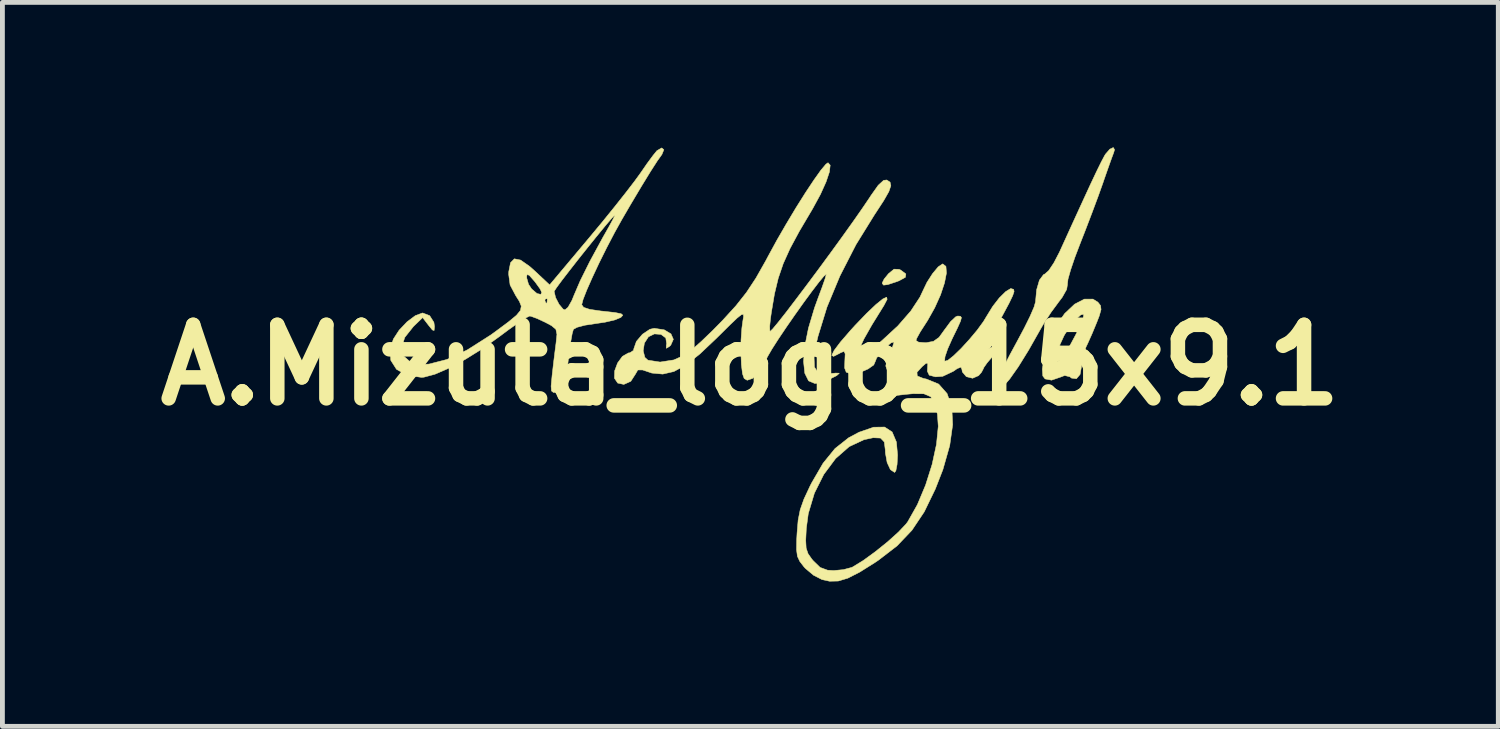
<source format=kicad_pcb>
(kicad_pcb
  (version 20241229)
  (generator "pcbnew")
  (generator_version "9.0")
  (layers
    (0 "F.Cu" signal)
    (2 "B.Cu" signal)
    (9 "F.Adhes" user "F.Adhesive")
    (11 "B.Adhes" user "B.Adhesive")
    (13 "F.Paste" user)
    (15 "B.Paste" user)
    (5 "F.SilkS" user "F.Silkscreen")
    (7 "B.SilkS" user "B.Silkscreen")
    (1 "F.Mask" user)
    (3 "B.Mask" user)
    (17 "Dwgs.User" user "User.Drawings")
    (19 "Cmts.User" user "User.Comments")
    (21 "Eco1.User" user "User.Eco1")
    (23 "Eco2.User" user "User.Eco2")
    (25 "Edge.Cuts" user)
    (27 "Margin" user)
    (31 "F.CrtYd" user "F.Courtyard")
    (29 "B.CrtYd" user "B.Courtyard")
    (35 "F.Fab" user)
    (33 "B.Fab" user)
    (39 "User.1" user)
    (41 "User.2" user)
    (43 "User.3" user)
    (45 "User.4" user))
  (footprint "A.Mizuta_logo_15x9.1"
    (layer "F.Cu")
    (at 12.49 4.511)
    (property "Reference" "A.Mizuta_logo_15x9.1" (at 0 0 0) (layer "F.SilkS") (effects (font (size 1.524 1.524) (thickness 0.3))))
    (attr through_hole)
    (fp_poly (pts (xy 3.08 -1.983) (xy 3.115 -1.967) (xy 3.22 -1.888) (xy 3.21 -1.818) (xy 3.078 -1.746) (xy 3.028 -1.727) (xy 2.849 -1.668) (xy 2.759 -1.656) (xy 2.731 -1.69) (xy 2.731 -1.703) (xy 2.77 -1.782) (xy 2.861 -1.894) (xy 2.975 -1.987) (xy 3.08 -1.983)) (stroke (width 0.01) (type solid)) (fill yes) (layer "F.SilkS"))
    (fp_poly (pts (xy 7.196 -1.304) (xy 7.251 -1.234) (xy 7.262 -1.151) (xy 7.225 -1.018) (xy 7.172 -0.881) (xy 7.08 -0.659) (xy 6.989 -0.455) (xy 6.952 -0.378) (xy 6.884 -0.181) (xy 6.858 0.022) (xy 6.828 0.193) (xy 6.752 0.282) (xy 6.65 0.269) (xy 6.619 0.243) (xy 6.51 0.215) (xy 6.424 0.248) (xy 6.237 0.312) (xy 6.103 0.286) (xy 6.056 0.225) (xy 6.046 0.082) (xy 6.075 -0.108) (xy 6.33 -0.108) (xy 6.363 -0.076) (xy 6.44 -0.138) (xy 6.515 -0.238) (xy 6.629 -0.426) (xy 6.74 -0.633) (xy 6.833 -0.828) (xy 6.893 -0.979) (xy 6.904 -1.054) (xy 6.903 -1.055) (xy 6.841 -1.039) (xy 6.738 -0.945) (xy 6.619 -0.801) (xy 6.513 -0.638) (xy 6.495 -0.607) (xy 6.395 -0.389) (xy 6.34 -0.217) (xy 6.33 -0.108) (xy 6.075 -0.108) (xy 6.079 -0.134) (xy 6.145 -0.385) (xy 6.234 -0.628) (xy 6.315 -0.792) (xy 6.51 -1.069) (xy 6.716 -1.263) (xy 6.916 -1.366) (xy 7.094 -1.367) (xy 7.196 -1.304)) (stroke (width 0.01) (type solid)) (fill yes) (layer "F.SilkS"))
    (fp_poly (pts (xy 7.542 -4.461) (xy 7.523 -4.397) (xy 7.482 -4.288) (xy 7.413 -4.094) (xy 7.328 -3.852) (xy 7.302 -3.775) (xy 7.205 -3.503) (xy 7.078 -3.162) (xy 6.939 -2.798) (xy 6.829 -2.517) (xy 6.718 -2.226) (xy 6.632 -1.972) (xy 6.578 -1.781) (xy 6.566 -1.678) (xy 6.567 -1.674) (xy 6.55 -1.567) (xy 6.458 -1.404) (xy 6.388 -1.312) (xy 6.226 -1.092) (xy 6.062 -0.838) (xy 6 -0.73) (xy 5.762 -0.31) (xy 5.549 0.034) (xy 5.368 0.291) (xy 5.227 0.452) (xy 5.131 0.508) (xy 5.095 0.456) (xy 5.106 0.349) (xy 5.152 0.233) (xy 5.247 0.034) (xy 5.377 -0.219) (xy 5.525 -0.492) (xy 5.672 -0.768) (xy 5.793 -1.013) (xy 5.875 -1.203) (xy 5.905 -1.309) (xy 5.905 -1.31) (xy 5.928 -1.561) (xy 5.986 -1.76) (xy 6.071 -1.874) (xy 6.099 -1.887) (xy 6.179 -1.958) (xy 6.286 -2.119) (xy 6.402 -2.342) (xy 6.415 -2.371) (xy 6.671 -2.933) (xy 6.879 -3.387) (xy 7.044 -3.745) (xy 7.171 -4.014) (xy 7.265 -4.205) (xy 7.329 -4.326) (xy 7.352 -4.366) (xy 7.444 -4.472) (xy 7.516 -4.506) (xy 7.542 -4.461)) (stroke (width 0.01) (type solid)) (fill yes) (layer "F.SilkS"))
    (fp_poly (pts (xy 1.653 -4.14) (xy 1.637 -4.001) (xy 1.567 -3.793) (xy 1.45 -3.534) (xy 1.292 -3.244) (xy 1.264 -3.196) (xy 1.012 -2.769) (xy 0.821 -2.414) (xy 0.68 -2.101) (xy 0.577 -1.799) (xy 0.499 -1.475) (xy 0.436 -1.1) (xy 0.417 -0.968) (xy 0.4 -0.804) (xy 0.403 -0.709) (xy 0.409 -0.699) (xy 0.461 -0.748) (xy 0.574 -0.884) (xy 0.739 -1.093) (xy 0.941 -1.358) (xy 1.171 -1.663) (xy 1.417 -1.993) (xy 1.666 -2.332) (xy 1.907 -2.664) (xy 2.128 -2.973) (xy 2.318 -3.245) (xy 2.465 -3.462) (xy 2.5 -3.516) (xy 2.649 -3.726) (xy 2.759 -3.826) (xy 2.824 -3.834) (xy 2.893 -3.789) (xy 2.909 -3.715) (xy 2.868 -3.594) (xy 2.763 -3.409) (xy 2.588 -3.141) (xy 2.573 -3.119) (xy 2.187 -2.495) (xy 1.854 -1.845) (xy 1.586 -1.201) (xy 1.4 -0.596) (xy 1.367 -0.454) (xy 1.319 -0.156) (xy 1.327 0.041) (xy 1.397 0.149) (xy 1.535 0.183) (xy 1.625 0.178) (xy 1.769 0.165) (xy 1.84 0.168) (xy 1.841 0.17) (xy 1.788 0.217) (xy 1.661 0.281) (xy 1.506 0.341) (xy 1.372 0.377) (xy 1.335 0.381) (xy 1.205 0.326) (xy 1.127 0.169) (xy 1.101 -0.075) (xy 1.127 -0.392) (xy 1.203 -0.767) (xy 1.329 -1.188) (xy 1.402 -1.389) (xy 1.485 -1.612) (xy 1.545 -1.783) (xy 1.571 -1.873) (xy 1.57 -1.88) (xy 1.524 -1.844) (xy 1.422 -1.722) (xy 1.279 -1.535) (xy 1.109 -1.304) (xy 0.926 -1.047) (xy 0.745 -0.786) (xy 0.581 -0.542) (xy 0.447 -0.333) (xy 0.359 -0.181) (xy 0.356 -0.174) (xy 0.192 0.111) (xy 0.052 0.273) (xy -0.066 0.314) (xy -0.128 0.278) (xy -0.163 0.18) (xy -0.186 -0.008) (xy -0.196 -0.253) (xy -0.194 -0.518) (xy -0.176 -0.768) (xy -0.156 -0.914) (xy -0.141 -1.005) (xy -0.147 -1.051) (xy -0.187 -1.044) (xy -0.274 -0.975) (xy -0.421 -0.835) (xy -0.642 -0.616) (xy -0.707 -0.552) (xy -1.048 -0.229) (xy -1.334 -0.003) (xy -1.584 0.133) (xy -1.814 0.186) (xy -2.041 0.165) (xy -2.233 0.1) (xy -2.331 0.101) (xy -2.38 0.186) (xy -2.477 0.336) (xy -2.621 0.4) (xy -2.748 0.372) (xy -2.815 0.272) (xy -2.811 0.12) (xy -2.75 -0.044) (xy -2.65 -0.181) (xy -2.526 -0.252) (xy -2.498 -0.254) (xy -2.421 -0.304) (xy -2.413 -0.341) (xy -2.361 -0.49) (xy -2.235 -0.639) (xy -2.081 -0.742) (xy -1.991 -0.762) (xy -1.783 -0.73) (xy -1.645 -0.647) (xy -1.595 -0.534) (xy -1.649 -0.412) (xy -1.678 -0.385) (xy -1.741 -0.348) (xy -1.741 -0.412) (xy -1.734 -0.44) (xy -1.752 -0.562) (xy -1.851 -0.636) (xy -1.988 -0.646) (xy -2.111 -0.586) (xy -2.195 -0.456) (xy -2.22 -0.296) (xy -2.185 -0.159) (xy -2.122 -0.102) (xy -1.87 -0.063) (xy -1.586 -0.107) (xy -1.348 -0.213) (xy -1.21 -0.319) (xy -1.014 -0.493) (xy -0.786 -0.712) (xy -0.572 -0.93) (xy -0.299 -1.229) (xy -0.081 -1.505) (xy 0.115 -1.802) (xy 0.32 -2.164) (xy 0.366 -2.251) (xy 0.547 -2.583) (xy 0.745 -2.926) (xy 0.946 -3.261) (xy 1.14 -3.569) (xy 1.316 -3.834) (xy 1.461 -4.038) (xy 1.565 -4.161) (xy 1.608 -4.191) (xy 1.653 -4.14)) (stroke (width 0.01) (type solid)) (fill yes) (layer "F.SilkS"))
    (fp_poly (pts (xy -1.792 -4.461) (xy -1.833 -4.36) (xy -1.839 -4.353) (xy -1.928 -4.228) (xy -2.07 -4.007) (xy -2.256 -3.703) (xy -2.477 -3.332) (xy -2.661 -3.016) (xy -2.814 -2.741) (xy -2.975 -2.433) (xy -3.132 -2.117) (xy -3.273 -1.816) (xy -3.388 -1.556) (xy -3.465 -1.359) (xy -3.493 -1.251) (xy -3.454 -1.196) (xy -3.327 -1.154) (xy -3.094 -1.12) (xy -3.032 -1.114) (xy -2.8 -1.088) (xy -2.676 -1.063) (xy -2.642 -1.033) (xy -2.679 -0.991) (xy -2.686 -0.986) (xy -2.806 -0.936) (xy -3.007 -0.889) (xy -3.208 -0.859) (xy -3.427 -0.826) (xy -3.592 -0.782) (xy -3.665 -0.741) (xy -3.691 -0.649) (xy -3.724 -0.462) (xy -3.759 -0.213) (xy -3.776 -0.064) (xy -3.809 0.217) (xy -3.838 0.395) (xy -3.873 0.495) (xy -3.922 0.543) (xy -3.993 0.561) (xy -3.994 0.561) (xy -4.078 0.567) (xy -4.119 0.535) (xy -4.127 0.437) (xy -4.109 0.244) (xy -4.106 0.212) (xy -4.075 -0.058) (xy -4.041 -0.332) (xy -4.025 -0.455) (xy -4.006 -0.637) (xy -4.028 -0.741) (xy -4.117 -0.816) (xy -4.244 -0.884) (xy -4.415 -0.964) (xy -4.543 -1.011) (xy -4.572 -1.016) (xy -4.648 -0.979) (xy -4.8 -0.88) (xy -5.005 -0.735) (xy -5.194 -0.594) (xy -5.547 -0.341) (xy -5.904 -0.119) (xy -6.24 0.062) (xy -6.533 0.189) (xy -6.76 0.25) (xy -6.811 0.254) (xy -7.112 0.21) (xy -7.328 0.088) (xy -7.447 -0.099) (xy -7.46 -0.337) (xy -7.393 -0.54) (xy -7.274 -0.723) (xy -7.11 -0.896) (xy -6.938 -1.025) (xy -6.792 -1.079) (xy -6.785 -1.079) (xy -6.642 -1.024) (xy -6.554 -0.885) (xy -6.542 -0.797) (xy -6.55 -0.716) (xy -6.586 -0.728) (xy -6.665 -0.825) (xy -6.787 -0.984) (xy -6.978 -0.8) (xy -7.158 -0.573) (xy -7.224 -0.363) (xy -7.183 -0.188) (xy -7.043 -0.066) (xy -6.81 -0.014) (xy -6.657 -0.021) (xy -6.286 -0.116) (xy -5.857 -0.318) (xy -5.375 -0.625) (xy -5.262 -0.707) (xy -5.008 -0.896) (xy -4.845 -1.031) (xy -4.761 -1.133) (xy -4.745 -1.222) (xy -4.784 -1.321) (xy -4.792 -1.333) (xy -4.255 -1.333) (xy -4.231 -1.281) (xy -4.212 -1.291) (xy -4.205 -1.367) (xy -4.212 -1.376) (xy -4.25 -1.367) (xy -4.255 -1.333) (xy -4.792 -1.333) (xy -4.858 -1.436) (xy -4.976 -1.659) (xy -4.997 -1.815) (xy -4.635 -1.815) (xy -4.594 -1.673) (xy -4.53 -1.577) (xy -4.42 -1.483) (xy -4.34 -1.464) (xy -4.32 -1.508) (xy -4.329 -1.526) (xy -4.064 -1.526) (xy -4.034 -1.398) (xy -3.962 -1.259) (xy -3.88 -1.161) (xy -3.84 -1.143) (xy -3.776 -1.198) (xy -3.697 -1.337) (xy -3.653 -1.445) (xy -3.524 -1.746) (xy -3.326 -2.145) (xy -3.061 -2.633) (xy -2.934 -2.857) (xy -2.85 -3.011) (xy -2.806 -3.101) (xy -2.806 -3.111) (xy -2.884 -3.027) (xy -3.016 -2.871) (xy -3.185 -2.665) (xy -3.376 -2.428) (xy -3.571 -2.183) (xy -3.753 -1.95) (xy -3.908 -1.749) (xy -4.016 -1.602) (xy -4.063 -1.529) (xy -4.064 -1.526) (xy -4.329 -1.526) (xy -4.359 -1.584) (xy -4.451 -1.711) (xy -4.479 -1.746) (xy -4.579 -1.859) (xy -4.625 -1.876) (xy -4.635 -1.815) (xy -4.997 -1.815) (xy -5.006 -1.881) (xy -5.004 -1.934) (xy -4.967 -2.121) (xy -4.888 -2.201) (xy -4.758 -2.175) (xy -4.569 -2.042) (xy -4.461 -1.946) (xy -4.157 -1.661) (xy -3.348 -2.625) (xy -3.077 -2.951) (xy -2.817 -3.272) (xy -2.585 -3.565) (xy -2.399 -3.807) (xy -2.281 -3.969) (xy -2.141 -4.172) (xy -2.017 -4.34) (xy -1.936 -4.44) (xy -1.934 -4.441) (xy -1.837 -4.498) (xy -1.792 -4.461)) (stroke (width 0.01) (type solid)) (fill yes) (layer "F.SilkS"))
    (fp_poly (pts (xy 4.05 -2.044) (xy 4.06 -1.905) (xy 4.02 -1.701) (xy 3.938 -1.454) (xy 3.818 -1.188) (xy 3.67 -0.924) (xy 3.628 -0.859) (xy 3.518 -0.688) (xy 3.446 -0.557) (xy 3.429 -0.509) (xy 3.485 -0.475) (xy 3.621 -0.464) (xy 3.645 -0.465) (xy 3.792 -0.492) (xy 3.907 -0.574) (xy 4.029 -0.743) (xy 4.032 -0.746) (xy 4.147 -0.902) (xy 4.251 -0.999) (xy 4.292 -1.016) (xy 4.349 -1.012) (xy 4.371 -0.985) (xy 4.353 -0.913) (xy 4.29 -0.772) (xy 4.178 -0.543) (xy 4.086 -0.336) (xy 4.03 -0.172) (xy 4.023 -0.085) (xy 4.026 -0.081) (xy 4.09 -0.099) (xy 4.21 -0.195) (xy 4.366 -0.346) (xy 4.534 -0.53) (xy 4.696 -0.723) (xy 4.828 -0.904) (xy 4.888 -1.004) (xy 5.018 -1.215) (xy 5.156 -1.393) (xy 5.287 -1.522) (xy 5.392 -1.586) (xy 5.452 -1.568) (xy 5.461 -1.523) (xy 5.432 -1.437) (xy 5.356 -1.279) (xy 5.274 -1.126) (xy 5.15 -0.895) (xy 5.036 -0.666) (xy 4.986 -0.552) (xy 4.925 -0.401) (xy 4.919 -0.344) (xy 4.971 -0.357) (xy 5.02 -0.383) (xy 5.145 -0.433) (xy 5.177 -0.402) (xy 5.115 -0.296) (xy 5.02 -0.184) (xy 4.903 -0.047) (xy 4.834 0.051) (xy 4.826 0.073) (xy 4.786 0.149) (xy 4.726 0.218) (xy 4.602 0.272) (xy 4.472 0.239) (xy 4.389 0.141) (xy 4.381 0.091) (xy 4.361 0.042) (xy 4.284 0.072) (xy 4.2 0.13) (xy 3.984 0.232) (xy 3.835 0.243) (xy 3.704 0.209) (xy 3.665 0.127) (xy 3.668 0.068) (xy 3.674 -0.037) (xy 3.638 -0.038) (xy 3.557 0.031) (xy 3.45 0.149) (xy 3.456 0.225) (xy 3.58 0.275) (xy 3.646 0.289) (xy 3.899 0.393) (xy 4.074 0.59) (xy 4.171 0.874) (xy 4.189 1.235) (xy 4.128 1.667) (xy 3.987 2.163) (xy 3.83 2.566) (xy 3.6 3.04) (xy 3.345 3.421) (xy 3.037 3.744) (xy 2.648 4.043) (xy 2.575 4.092) (xy 2.261 4.289) (xy 2.017 4.413) (xy 1.819 4.472) (xy 1.639 4.476) (xy 1.482 4.441) (xy 1.308 4.352) (xy 1.137 4.208) (xy 1.109 4.177) (xy 1.023 4.065) (xy 0.974 3.96) (xy 0.956 3.823) (xy 0.959 3.616) (xy 0.967 3.476) (xy 0.989 3.211) (xy 1.032 2.994) (xy 1.109 2.776) (xy 1.234 2.508) (xy 1.268 2.441) (xy 1.505 2.033) (xy 1.753 1.728) (xy 2.036 1.504) (xy 2.25 1.39) (xy 2.552 1.286) (xy 2.78 1.283) (xy 2.936 1.385) (xy 3.024 1.593) (xy 3.048 1.862) (xy 3.038 2.057) (xy 3.013 2.188) (xy 2.987 2.223) (xy 2.9 2.165) (xy 2.832 2.018) (xy 2.796 1.818) (xy 2.794 1.757) (xy 2.773 1.592) (xy 2.696 1.511) (xy 2.543 1.504) (xy 2.352 1.545) (xy 2.047 1.688) (xy 1.765 1.935) (xy 1.52 2.264) (xy 1.326 2.651) (xy 1.199 3.076) (xy 1.158 3.385) (xy 1.146 3.631) (xy 1.155 3.79) (xy 1.194 3.905) (xy 1.271 4.016) (xy 1.3 4.05) (xy 1.444 4.19) (xy 1.598 4.247) (xy 1.724 4.255) (xy 1.926 4.236) (xy 2.095 4.191) (xy 2.116 4.182) (xy 2.335 4.048) (xy 2.588 3.864) (xy 2.844 3.658) (xy 3.068 3.456) (xy 3.228 3.286) (xy 3.262 3.239) (xy 3.459 2.889) (xy 3.629 2.483) (xy 3.764 2.056) (xy 3.854 1.64) (xy 3.891 1.268) (xy 3.874 1.021) (xy 3.818 0.79) (xy 3.733 0.654) (xy 3.593 0.594) (xy 3.369 0.592) (xy 3.248 0.603) (xy 2.839 0.647) (xy 2.879 0.448) (xy 2.884 0.257) (xy 2.843 0.128) (xy 2.804 0.019) (xy 2.83 -0.114) (xy 2.879 -0.227) (xy 2.944 -0.377) (xy 2.973 -0.468) (xy 2.971 -0.479) (xy 2.913 -0.46) (xy 2.811 -0.375) (xy 2.701 -0.26) (xy 2.615 -0.149) (xy 2.588 -0.079) (xy 2.555 -0.003) (xy 2.439 0.079) (xy 2.283 0.147) (xy 2.129 0.18) (xy 2.075 0.178) (xy 1.985 0.147) (xy 1.952 0.061) (xy 1.956 -0.082) (xy 1.963 -0.234) (xy 1.939 -0.284) (xy 1.87 -0.257) (xy 1.847 -0.243) (xy 1.722 -0.18) (xy 1.685 -0.202) (xy 1.733 -0.302) (xy 1.864 -0.476) (xy 2.074 -0.719) (xy 2.167 -0.821) (xy 2.408 -1.072) (xy 2.602 -1.256) (xy 2.743 -1.37) (xy 2.822 -1.407) (xy 2.832 -1.362) (xy 2.763 -1.23) (xy 2.752 -1.213) (xy 2.515 -0.83) (xy 2.352 -0.542) (xy 2.26 -0.344) (xy 2.236 -0.229) (xy 2.277 -0.191) (xy 2.278 -0.191) (xy 2.355 -0.229) (xy 2.499 -0.33) (xy 2.684 -0.474) (xy 2.73 -0.513) (xy 3.055 -0.813) (xy 3.323 -1.121) (xy 3.512 -1.408) (xy 3.566 -1.524) (xy 3.657 -1.714) (xy 3.773 -1.895) (xy 3.889 -2.034) (xy 3.979 -2.095) (xy 3.985 -2.095) (xy 4.05 -2.044)) (stroke (width 0.01) (type solid)) (fill yes) (layer "F.SilkS")))
  (gr_rect
    (start -3 -3)
    (end 27.979 11.992)
    (stroke (width 0.1) (type default))
    (fill no)
    (layer "Edge.Cuts")))
</source>
